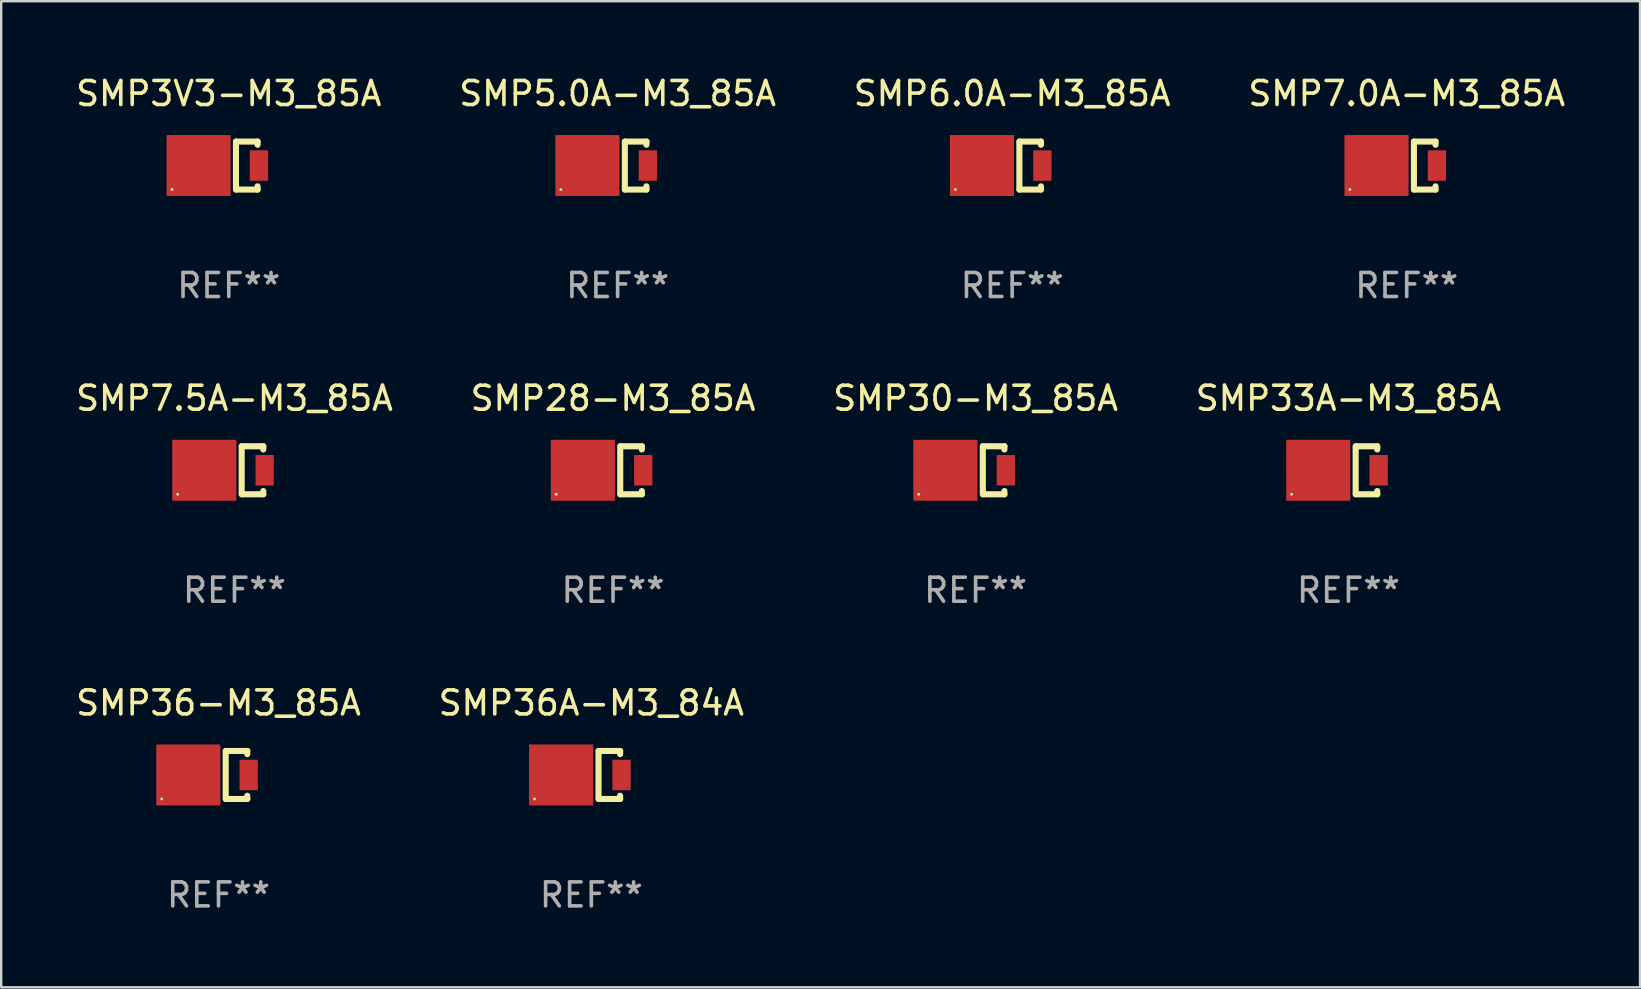
<source format=kicad_pcb>
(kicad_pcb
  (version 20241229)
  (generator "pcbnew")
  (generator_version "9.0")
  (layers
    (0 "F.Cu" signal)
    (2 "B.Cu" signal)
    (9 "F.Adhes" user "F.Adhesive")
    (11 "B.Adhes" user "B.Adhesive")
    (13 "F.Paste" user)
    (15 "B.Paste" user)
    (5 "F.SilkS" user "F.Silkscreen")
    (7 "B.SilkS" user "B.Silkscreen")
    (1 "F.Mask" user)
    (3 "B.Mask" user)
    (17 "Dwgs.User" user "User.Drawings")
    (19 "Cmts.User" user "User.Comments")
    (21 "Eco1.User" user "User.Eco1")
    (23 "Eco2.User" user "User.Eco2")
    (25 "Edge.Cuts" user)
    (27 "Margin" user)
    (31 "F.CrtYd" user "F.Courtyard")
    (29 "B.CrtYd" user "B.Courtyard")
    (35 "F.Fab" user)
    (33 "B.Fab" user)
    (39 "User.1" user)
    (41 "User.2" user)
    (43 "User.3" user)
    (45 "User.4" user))
  (footprint "SMP30-M3_85A"
    (layer "F.Cu")
    (at 37.601 16.545)
    (property "Reference" "SMP30-M3_85A" (at 0 -3 0) (layer "F.SilkS") (effects (font (size 1 1) (thickness 0.15))))
    (attr through_hole)
    (fp_line (start 0.3 -1) (end 0.3 1) (stroke (width 0.254) (type solid)) (layer "F.SilkS"))
    (fp_line (start 1.2 -1) (end 0.308 -1) (stroke (width 0.254) (type solid)) (layer "F.SilkS"))
    (fp_line (start 1.2 -1) (end 1.2 -0.866) (stroke (width 0.254) (type solid)) (layer "F.SilkS"))
    (fp_line (start 1.2 1) (end 0.308 1) (stroke (width 0.254) (type solid)) (layer "F.SilkS"))
    (fp_line (start 1.2 1) (end 1.2 0.866) (stroke (width 0.254) (type solid)) (layer "F.SilkS"))
    (fp_circle (center -2.368 1) (end -2.338 1) (stroke (width 0.06) (type solid)) (fill no) (layer "F.SilkS"))
    (fp_text user "REF**" (at 0 5 0) (layer "F.Fab") (effects (font (size 1 1) (thickness 0.15))))
    (pad "1" smd rect (at -1.258 0) (size 2.67 2.54) (layers "F.Cu" "F.Mask" "F.Paste"))
    (pad "2" smd rect (at 1.258 0) (size 0.762 1.27) (layers "F.Cu" "F.Mask" "F.Paste")))
  (footprint "SMP33A-M3_85A"
    (layer "F.Cu")
    (at 53.137 16.545)
    (property "Reference" "SMP33A-M3_85A" (at 0 -3 0) (layer "F.SilkS") (effects (font (size 1 1) (thickness 0.15))))
    (attr through_hole)
    (fp_line (start 0.3 -1) (end 0.3 1) (stroke (width 0.254) (type solid)) (layer "F.SilkS"))
    (fp_line (start 1.2 -1) (end 0.308 -1) (stroke (width 0.254) (type solid)) (layer "F.SilkS"))
    (fp_line (start 1.2 -1) (end 1.2 -0.866) (stroke (width 0.254) (type solid)) (layer "F.SilkS"))
    (fp_line (start 1.2 1) (end 0.308 1) (stroke (width 0.254) (type solid)) (layer "F.SilkS"))
    (fp_line (start 1.2 1) (end 1.2 0.866) (stroke (width 0.254) (type solid)) (layer "F.SilkS"))
    (fp_circle (center -2.368 1) (end -2.338 1) (stroke (width 0.06) (type solid)) (fill no) (layer "F.SilkS"))
    (fp_text user "REF**" (at 0 5 0) (layer "F.Fab") (effects (font (size 1 1) (thickness 0.15))))
    (pad "1" smd rect (at -1.258 0) (size 2.67 2.54) (layers "F.Cu" "F.Mask" "F.Paste"))
    (pad "2" smd rect (at 1.258 0) (size 0.762 1.27) (layers "F.Cu" "F.Mask" "F.Paste")))
  (footprint "SMP6.0A-M3_85A"
    (layer "F.Cu")
    (at 39.125 3.848)
    (property "Reference" "SMP6.0A-M3_85A" (at 0 -3 0) (layer "F.SilkS") (effects (font (size 1 1) (thickness 0.15))))
    (attr through_hole)
    (fp_line (start 0.3 -1) (end 0.3 1) (stroke (width 0.254) (type solid)) (layer "F.SilkS"))
    (fp_line (start 1.2 -1) (end 0.308 -1) (stroke (width 0.254) (type solid)) (layer "F.SilkS"))
    (fp_line (start 1.2 -1) (end 1.2 -0.866) (stroke (width 0.254) (type solid)) (layer "F.SilkS"))
    (fp_line (start 1.2 1) (end 0.308 1) (stroke (width 0.254) (type solid)) (layer "F.SilkS"))
    (fp_line (start 1.2 1) (end 1.2 0.866) (stroke (width 0.254) (type solid)) (layer "F.SilkS"))
    (fp_circle (center -2.368 1) (end -2.338 1) (stroke (width 0.06) (type solid)) (fill no) (layer "F.SilkS"))
    (fp_text user "REF**" (at 0 5 0) (layer "F.Fab") (effects (font (size 1 1) (thickness 0.15))))
    (pad "1" smd rect (at -1.258 0) (size 2.67 2.54) (layers "F.Cu" "F.Mask" "F.Paste"))
    (pad "2" smd rect (at 1.258 0) (size 0.762 1.27) (layers "F.Cu" "F.Mask" "F.Paste")))
  (footprint "SMP5.0A-M3_85A"
    (layer "F.Cu")
    (at 22.685 3.848)
    (property "Reference" "SMP5.0A-M3_85A" (at 0 -3 0) (layer "F.SilkS") (effects (font (size 1 1) (thickness 0.15))))
    (attr through_hole)
    (fp_line (start 0.3 -1) (end 0.3 1) (stroke (width 0.254) (type solid)) (layer "F.SilkS"))
    (fp_line (start 1.2 -1) (end 0.308 -1) (stroke (width 0.254) (type solid)) (layer "F.SilkS"))
    (fp_line (start 1.2 -1) (end 1.2 -0.866) (stroke (width 0.254) (type solid)) (layer "F.SilkS"))
    (fp_line (start 1.2 1) (end 0.308 1) (stroke (width 0.254) (type solid)) (layer "F.SilkS"))
    (fp_line (start 1.2 1) (end 1.2 0.866) (stroke (width 0.254) (type solid)) (layer "F.SilkS"))
    (fp_circle (center -2.368 1) (end -2.338 1) (stroke (width 0.06) (type solid)) (fill no) (layer "F.SilkS"))
    (fp_text user "REF**" (at 0 5 0) (layer "F.Fab") (effects (font (size 1 1) (thickness 0.15))))
    (pad "1" smd rect (at -1.258 0) (size 2.67 2.54) (layers "F.Cu" "F.Mask" "F.Paste"))
    (pad "2" smd rect (at 1.258 0) (size 0.762 1.27) (layers "F.Cu" "F.Mask" "F.Paste")))
  (footprint "SMP7.0A-M3_85A"
    (layer "F.Cu")
    (at 55.565 3.848)
    (property "Reference" "SMP7.0A-M3_85A" (at 0 -3 0) (layer "F.SilkS") (effects (font (size 1 1) (thickness 0.15))))
    (attr through_hole)
    (fp_line (start 0.3 -1) (end 0.3 1) (stroke (width 0.254) (type solid)) (layer "F.SilkS"))
    (fp_line (start 1.2 -1) (end 0.308 -1) (stroke (width 0.254) (type solid)) (layer "F.SilkS"))
    (fp_line (start 1.2 -1) (end 1.2 -0.866) (stroke (width 0.254) (type solid)) (layer "F.SilkS"))
    (fp_line (start 1.2 1) (end 0.308 1) (stroke (width 0.254) (type solid)) (layer "F.SilkS"))
    (fp_line (start 1.2 1) (end 1.2 0.866) (stroke (width 0.254) (type solid)) (layer "F.SilkS"))
    (fp_circle (center -2.368 1) (end -2.338 1) (stroke (width 0.06) (type solid)) (fill no) (layer "F.SilkS"))
    (fp_text user "REF**" (at 0 5 0) (layer "F.Fab") (effects (font (size 1 1) (thickness 0.15))))
    (pad "1" smd rect (at -1.258 0) (size 2.67 2.54) (layers "F.Cu" "F.Mask" "F.Paste"))
    (pad "2" smd rect (at 1.258 0) (size 0.762 1.27) (layers "F.Cu" "F.Mask" "F.Paste")))
  (footprint "SMP3V3-M3_85A"
    (layer "F.Cu")
    (at 6.482 3.848)
    (property "Reference" "SMP3V3-M3_85A" (at 0 -3 0) (layer "F.SilkS") (effects (font (size 1 1) (thickness 0.15))))
    (attr through_hole)
    (fp_line (start 0.3 -1) (end 0.3 1) (stroke (width 0.254) (type solid)) (layer "F.SilkS"))
    (fp_line (start 1.2 -1) (end 0.308 -1) (stroke (width 0.254) (type solid)) (layer "F.SilkS"))
    (fp_line (start 1.2 -1) (end 1.2 -0.866) (stroke (width 0.254) (type solid)) (layer "F.SilkS"))
    (fp_line (start 1.2 1) (end 0.308 1) (stroke (width 0.254) (type solid)) (layer "F.SilkS"))
    (fp_line (start 1.2 1) (end 1.2 0.866) (stroke (width 0.254) (type solid)) (layer "F.SilkS"))
    (fp_circle (center -2.368 1) (end -2.338 1) (stroke (width 0.06) (type solid)) (fill no) (layer "F.SilkS"))
    (fp_text user "REF**" (at 0 5 0) (layer "F.Fab") (effects (font (size 1 1) (thickness 0.15))))
    (pad "1" smd rect (at -1.258 0) (size 2.67 2.54) (layers "F.Cu" "F.Mask" "F.Paste"))
    (pad "2" smd rect (at 1.258 0) (size 0.762 1.27) (layers "F.Cu" "F.Mask" "F.Paste")))
  (footprint "SMP28-M3_85A"
    (layer "F.Cu")
    (at 22.494 16.545)
    (property "Reference" "SMP28-M3_85A" (at 0 -3 0) (layer "F.SilkS") (effects (font (size 1 1) (thickness 0.15))))
    (attr through_hole)
    (fp_line (start 0.3 -1) (end 0.3 1) (stroke (width 0.254) (type solid)) (layer "F.SilkS"))
    (fp_line (start 1.2 -1) (end 0.308 -1) (stroke (width 0.254) (type solid)) (layer "F.SilkS"))
    (fp_line (start 1.2 -1) (end 1.2 -0.866) (stroke (width 0.254) (type solid)) (layer "F.SilkS"))
    (fp_line (start 1.2 1) (end 0.308 1) (stroke (width 0.254) (type solid)) (layer "F.SilkS"))
    (fp_line (start 1.2 1) (end 1.2 0.866) (stroke (width 0.254) (type solid)) (layer "F.SilkS"))
    (fp_circle (center -2.368 1) (end -2.338 1) (stroke (width 0.06) (type solid)) (fill no) (layer "F.SilkS"))
    (fp_text user "REF**" (at 0 5 0) (layer "F.Fab") (effects (font (size 1 1) (thickness 0.15))))
    (pad "1" smd rect (at -1.258 0) (size 2.67 2.54) (layers "F.Cu" "F.Mask" "F.Paste"))
    (pad "2" smd rect (at 1.258 0) (size 0.762 1.27) (layers "F.Cu" "F.Mask" "F.Paste")))
  (footprint "SMP7.5A-M3_85A"
    (layer "F.Cu")
    (at 6.72 16.545)
    (property "Reference" "SMP7.5A-M3_85A" (at 0 -3 0) (layer "F.SilkS") (effects (font (size 1 1) (thickness 0.15))))
    (attr through_hole)
    (fp_line (start 0.3 -1) (end 0.3 1) (stroke (width 0.254) (type solid)) (layer "F.SilkS"))
    (fp_line (start 1.2 -1) (end 0.308 -1) (stroke (width 0.254) (type solid)) (layer "F.SilkS"))
    (fp_line (start 1.2 -1) (end 1.2 -0.866) (stroke (width 0.254) (type solid)) (layer "F.SilkS"))
    (fp_line (start 1.2 1) (end 0.308 1) (stroke (width 0.254) (type solid)) (layer "F.SilkS"))
    (fp_line (start 1.2 1) (end 1.2 0.866) (stroke (width 0.254) (type solid)) (layer "F.SilkS"))
    (fp_circle (center -2.368 1) (end -2.338 1) (stroke (width 0.06) (type solid)) (fill no) (layer "F.SilkS"))
    (fp_text user "REF**" (at 0 5 0) (layer "F.Fab") (effects (font (size 1 1) (thickness 0.15))))
    (pad "1" smd rect (at -1.258 0) (size 2.67 2.54) (layers "F.Cu" "F.Mask" "F.Paste"))
    (pad "2" smd rect (at 1.258 0) (size 0.762 1.27) (layers "F.Cu" "F.Mask" "F.Paste")))
  (footprint "SMP36A-M3_84A"
    (layer "F.Cu")
    (at 21.589 29.241)
    (property "Reference" "SMP36A-M3_84A" (at 0 -3 0) (layer "F.SilkS") (effects (font (size 1 1) (thickness 0.15))))
    (attr through_hole)
    (fp_line (start 0.3 -1) (end 0.3 1) (stroke (width 0.254) (type solid)) (layer "F.SilkS"))
    (fp_line (start 1.2 -1) (end 0.308 -1) (stroke (width 0.254) (type solid)) (layer "F.SilkS"))
    (fp_line (start 1.2 -1) (end 1.2 -0.866) (stroke (width 0.254) (type solid)) (layer "F.SilkS"))
    (fp_line (start 1.2 1) (end 0.308 1) (stroke (width 0.254) (type solid)) (layer "F.SilkS"))
    (fp_line (start 1.2 1) (end 1.2 0.866) (stroke (width 0.254) (type solid)) (layer "F.SilkS"))
    (fp_circle (center -2.368 1) (end -2.338 1) (stroke (width 0.06) (type solid)) (fill no) (layer "F.SilkS"))
    (fp_text user "REF**" (at 0 5 0) (layer "F.Fab") (effects (font (size 1 1) (thickness 0.15))))
    (pad "1" smd rect (at -1.258 0) (size 2.67 2.54) (layers "F.Cu" "F.Mask" "F.Paste"))
    (pad "2" smd rect (at 1.258 0) (size 0.762 1.27) (layers "F.Cu" "F.Mask" "F.Paste")))
  (footprint "SMP36-M3_85A"
    (layer "F.Cu")
    (at 6.054 29.241)
    (property "Reference" "SMP36-M3_85A" (at 0 -3 0) (layer "F.SilkS") (effects (font (size 1 1) (thickness 0.15))))
    (attr through_hole)
    (fp_line (start 0.3 -1) (end 0.3 1) (stroke (width 0.254) (type solid)) (layer "F.SilkS"))
    (fp_line (start 1.2 -1) (end 0.308 -1) (stroke (width 0.254) (type solid)) (layer "F.SilkS"))
    (fp_line (start 1.2 -1) (end 1.2 -0.866) (stroke (width 0.254) (type solid)) (layer "F.SilkS"))
    (fp_line (start 1.2 1) (end 0.308 1) (stroke (width 0.254) (type solid)) (layer "F.SilkS"))
    (fp_line (start 1.2 1) (end 1.2 0.866) (stroke (width 0.254) (type solid)) (layer "F.SilkS"))
    (fp_circle (center -2.368 1) (end -2.338 1) (stroke (width 0.06) (type solid)) (fill no) (layer "F.SilkS"))
    (fp_text user "REF**" (at 0 5 0) (layer "F.Fab") (effects (font (size 1 1) (thickness 0.15))))
    (pad "1" smd rect (at -1.258 0) (size 2.67 2.54) (layers "F.Cu" "F.Mask" "F.Paste"))
    (pad "2" smd rect (at 1.258 0) (size 0.762 1.27) (layers "F.Cu" "F.Mask" "F.Paste")))
  (gr_rect
    (start -3 -3)
    (end 65.286 38.09)
    (stroke (width 0.1) (type default))
    (fill no)
    (layer "Edge.Cuts")))
</source>
